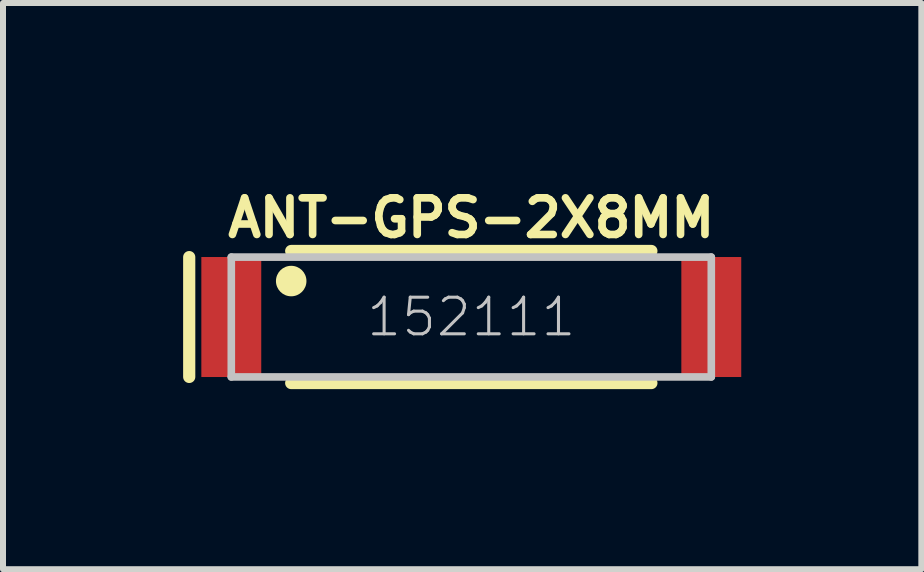
<source format=kicad_pcb>
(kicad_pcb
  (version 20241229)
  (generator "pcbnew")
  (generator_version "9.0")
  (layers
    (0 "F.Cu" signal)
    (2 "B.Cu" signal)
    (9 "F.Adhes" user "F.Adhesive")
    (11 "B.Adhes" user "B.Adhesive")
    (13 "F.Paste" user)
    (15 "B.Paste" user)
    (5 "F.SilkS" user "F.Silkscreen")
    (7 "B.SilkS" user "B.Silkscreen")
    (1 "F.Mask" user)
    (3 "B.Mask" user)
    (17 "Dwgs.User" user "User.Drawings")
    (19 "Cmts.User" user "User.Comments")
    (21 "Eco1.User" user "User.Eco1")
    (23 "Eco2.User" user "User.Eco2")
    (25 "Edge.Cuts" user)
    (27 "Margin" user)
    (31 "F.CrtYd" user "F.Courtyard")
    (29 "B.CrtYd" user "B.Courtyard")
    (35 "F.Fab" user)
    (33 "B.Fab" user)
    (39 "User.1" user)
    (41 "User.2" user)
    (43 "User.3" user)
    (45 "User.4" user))
  (footprint "ANT-GPS-2X8MM"
    (layer "F.Cu")
    (at 4.801 2.231)
    (property "Reference" "ANT-GPS-2X8MM" (at 0 -1.651 0) (layer "F.SilkS") (effects (font (size 0.61 0.61) (thickness 0.127))))
    (attr smd)
    (fp_line (start -4.699 -0.998) (end -4.699 0.998) (stroke (width 0.203) (type solid)) (layer "F.SilkS"))
    (fp_line (start -3 -1.1) (end 3 -1.1) (stroke (width 0.203) (type solid)) (layer "F.SilkS"))
    (fp_line (start 3 1.1) (end -3 1.1) (stroke (width 0.203) (type solid)) (layer "F.SilkS"))
    (fp_circle (center -3 -0.599) (end -3 -0.853) (stroke (width 0) (type solid)) (fill yes) (layer "F.SilkS"))
    (fp_line (start -3.998 -0.998) (end -3.998 0.998) (stroke (width 0.127) (type solid)) (layer "Dwgs.User"))
    (fp_line (start -3.998 0.998) (end 3.998 0.998) (stroke (width 0.127) (type solid)) (layer "Dwgs.User"))
    (fp_line (start 3.998 -0.998) (end -3.998 -0.998) (stroke (width 0.127) (type solid)) (layer "Dwgs.User"))
    (fp_line (start 3.998 0.998) (end 3.998 -0.998) (stroke (width 0.127) (type solid)) (layer "Dwgs.User"))
    (fp_text user "152111" (at 0 0 0) (layer "Dwgs.User") (effects (font (size 0.61 0.61) (thickness 0.051))))
    (pad "NC" smd rect (at 3.998 0) (size 0.998 1.999) (layers "F.Cu" "F.Mask" "F.Paste"))
    (pad "SIG" smd rect (at -3.998 0) (size 0.998 1.999) (layers "F.Cu" "F.Mask" "F.Paste")))
  (gr_rect
    (start -3 -3)
    (end 12.298 6.432)
    (stroke (width 0.1) (type default))
    (fill no)
    (layer "Edge.Cuts")))
</source>
